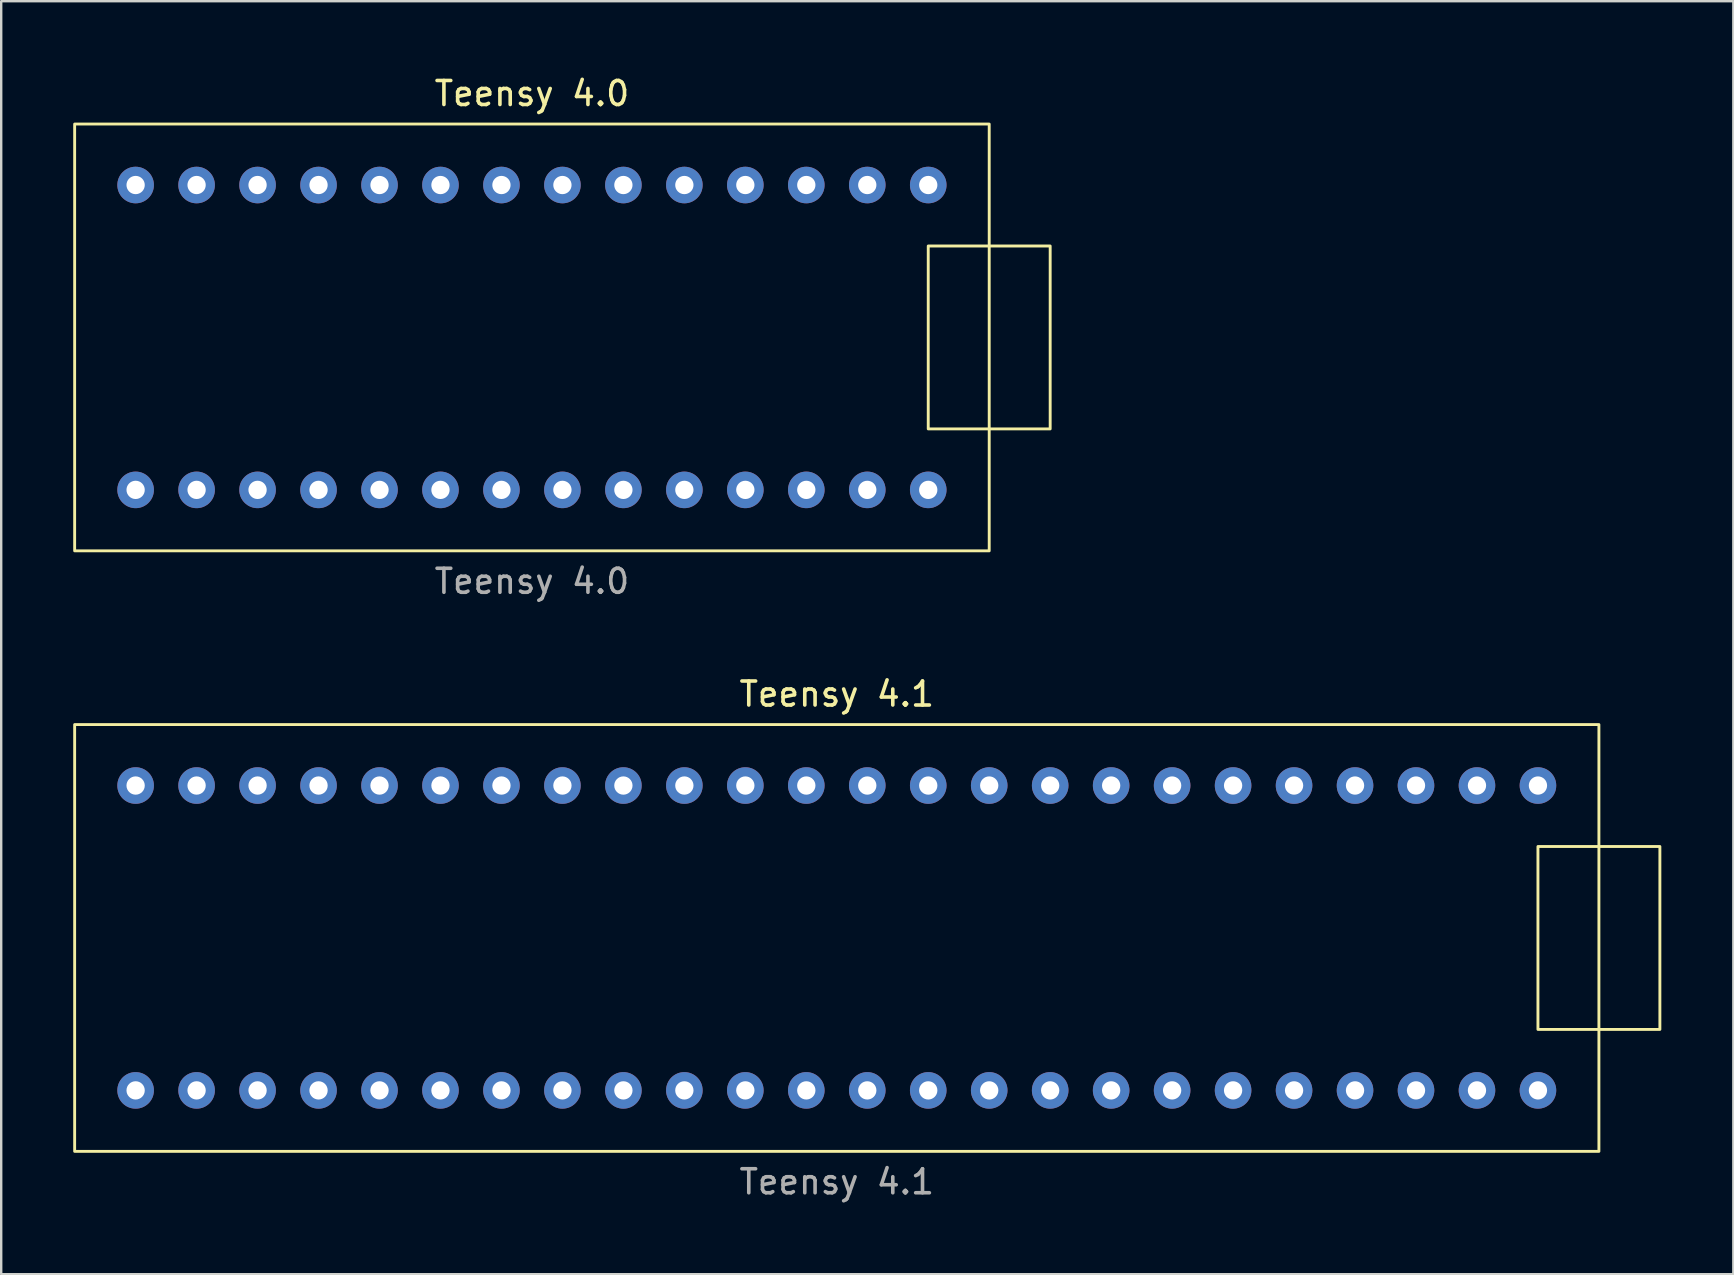
<source format=kicad_pcb>
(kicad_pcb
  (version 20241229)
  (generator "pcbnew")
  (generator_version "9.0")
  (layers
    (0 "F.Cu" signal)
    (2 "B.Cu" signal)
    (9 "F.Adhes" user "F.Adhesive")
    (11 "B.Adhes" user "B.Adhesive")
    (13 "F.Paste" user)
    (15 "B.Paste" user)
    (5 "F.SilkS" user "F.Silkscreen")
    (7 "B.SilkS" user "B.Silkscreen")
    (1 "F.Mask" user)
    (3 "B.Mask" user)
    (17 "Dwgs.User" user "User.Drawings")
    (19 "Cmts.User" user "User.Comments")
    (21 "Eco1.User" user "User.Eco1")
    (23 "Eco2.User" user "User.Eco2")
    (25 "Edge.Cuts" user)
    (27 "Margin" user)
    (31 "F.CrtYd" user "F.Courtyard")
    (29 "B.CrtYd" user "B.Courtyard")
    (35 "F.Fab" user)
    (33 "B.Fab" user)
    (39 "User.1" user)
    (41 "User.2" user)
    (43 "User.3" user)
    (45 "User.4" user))
  (footprint "Teensy 4.0"
    (layer "F.Cu")
    (at 19.11 11.008)
    (property "Reference" "Teensy 4.0" (at 0 -10.16 0) (unlocked yes) (layer "F.SilkS") (effects (font (size 1 1) (thickness 0.15))))
    (attr through_hole)
    (fp_rect (start 16.51 -3.81) (end 21.59 3.81) (stroke (width 0.12) (type solid)) (fill no) (layer "F.SilkS"))
    (fp_rect (start 19.05 -8.89) (end -19.05 8.89) (stroke (width 0.12) (type solid)) (fill no) (layer "F.SilkS"))
    (fp_text user "${REFERENCE}" (at 0 10.16 0) (unlocked yes) (layer "F.Fab") (effects (font (size 1 1) (thickness 0.15))))
    (pad "0" thru_hole circle (at 13.97 -6.35) (size 1.524 1.524) (drill 0.762) (layers "*.Cu" "*.Mask"))
    (pad "1" thru_hole circle (at 11.43 -6.35) (size 1.524 1.524) (drill 0.762) (layers "*.Cu" "*.Mask"))
    (pad "2" thru_hole circle (at 8.89 -6.35) (size 1.524 1.524) (drill 0.762) (layers "*.Cu" "*.Mask"))
    (pad "3" thru_hole circle (at 6.35 -6.35) (size 1.524 1.524) (drill 0.762) (layers "*.Cu" "*.Mask"))
    (pad "3.3V" thru_hole circle (at 11.43 6.35) (size 1.524 1.524) (drill 0.762) (layers "*.Cu" "*.Mask"))
    (pad "4" thru_hole circle (at 3.81 -6.35) (size 1.524 1.524) (drill 0.762) (layers "*.Cu" "*.Mask"))
    (pad "5" thru_hole circle (at 1.27 -6.35) (size 1.524 1.524) (drill 0.762) (layers "*.Cu" "*.Mask"))
    (pad "6" thru_hole circle (at -1.27 -6.35) (size 1.524 1.524) (drill 0.762) (layers "*.Cu" "*.Mask"))
    (pad "7" thru_hole circle (at -3.81 -6.35) (size 1.524 1.524) (drill 0.762) (layers "*.Cu" "*.Mask"))
    (pad "8" thru_hole circle (at -6.35 -6.35) (size 1.524 1.524) (drill 0.762) (layers "*.Cu" "*.Mask"))
    (pad "9" thru_hole circle (at -8.89 -6.35) (size 1.524 1.524) (drill 0.762) (layers "*.Cu" "*.Mask"))
    (pad "10" thru_hole circle (at -11.43 -6.35) (size 1.524 1.524) (drill 0.762) (layers "*.Cu" "*.Mask"))
    (pad "11" thru_hole circle (at -13.97 -6.35) (size 1.524 1.524) (drill 0.762) (layers "*.Cu" "*.Mask"))
    (pad "12" thru_hole circle (at -16.51 -6.35) (size 1.524 1.524) (drill 0.762) (layers "*.Cu" "*.Mask"))
    (pad "13" thru_hole circle (at -16.51 6.35) (size 1.524 1.524) (drill 0.762) (layers "*.Cu" "*.Mask"))
    (pad "14" thru_hole circle (at -13.97 6.35) (size 1.524 1.524) (drill 0.762) (layers "*.Cu" "*.Mask"))
    (pad "15" thru_hole circle (at -11.43 6.35) (size 1.524 1.524) (drill 0.762) (layers "*.Cu" "*.Mask"))
    (pad "16" thru_hole circle (at -8.89 6.35) (size 1.524 1.524) (drill 0.762) (layers "*.Cu" "*.Mask"))
    (pad "17" thru_hole circle (at -6.35 6.35) (size 1.524 1.524) (drill 0.762) (layers "*.Cu" "*.Mask"))
    (pad "18" thru_hole circle (at -3.81 6.35) (size 1.524 1.524) (drill 0.762) (layers "*.Cu" "*.Mask"))
    (pad "19" thru_hole circle (at -1.27 6.35) (size 1.524 1.524) (drill 0.762) (layers "*.Cu" "*.Mask"))
    (pad "20" thru_hole circle (at 1.27 6.35) (size 1.524 1.524) (drill 0.762) (layers "*.Cu" "*.Mask"))
    (pad "21" thru_hole circle (at 3.81 6.35) (size 1.524 1.524) (drill 0.762) (layers "*.Cu" "*.Mask"))
    (pad "22" thru_hole circle (at 6.35 6.35) (size 1.524 1.524) (drill 0.762) (layers "*.Cu" "*.Mask"))
    (pad "23" thru_hole circle (at 8.89 6.35) (size 1.524 1.524) (drill 0.762) (layers "*.Cu" "*.Mask"))
    (pad "GND" thru_hole circle (at 13.97 6.35) (size 1.524 1.524) (drill 0.762) (layers "*.Cu" "*.Mask"))
    (pad "GND" thru_hole circle (at 16.51 -6.35) (size 1.524 1.524) (drill 0.762) (layers "*.Cu" "*.Mask"))
    (pad "Vin" thru_hole circle (at 16.51 6.35) (size 1.524 1.524) (drill 0.762) (layers "*.Cu" "*.Mask")))
  (footprint "Teensy 4.1"
    (layer "F.Cu")
    (at 31.81 36.025)
    (property "Reference" "Teensy 4.1" (at 0 -10.16 0) (unlocked yes) (layer "F.SilkS") (effects (font (size 1 1) (thickness 0.15))))
    (attr through_hole)
    (fp_rect (start 29.21 -3.81) (end 34.29 3.81) (stroke (width 0.12) (type solid)) (fill no) (layer "F.SilkS"))
    (fp_rect (start 31.75 -8.89) (end -31.75 8.89) (stroke (width 0.12) (type solid)) (fill no) (layer "F.SilkS"))
    (fp_text user "${REFERENCE}" (at 0 10.16 0) (unlocked yes) (layer "F.Fab") (effects (font (size 1 1) (thickness 0.15))))
    (pad "0" thru_hole circle (at 26.67 -6.35) (size 1.524 1.524) (drill 0.762) (layers "*.Cu" "*.Mask"))
    (pad "1" thru_hole circle (at 24.13 -6.35) (size 1.524 1.524) (drill 0.762) (layers "*.Cu" "*.Mask"))
    (pad "2" thru_hole circle (at 21.59 -6.35) (size 1.524 1.524) (drill 0.762) (layers "*.Cu" "*.Mask"))
    (pad "3" thru_hole circle (at 19.05 -6.35) (size 1.524 1.524) (drill 0.762) (layers "*.Cu" "*.Mask"))
    (pad "3.3V" thru_hole circle (at -6.35 -6.35) (size 1.524 1.524) (drill 0.762) (layers "*.Cu" "*.Mask"))
    (pad "3.3V" thru_hole circle (at 24.13 6.35) (size 1.524 1.524) (drill 0.762) (layers "*.Cu" "*.Mask"))
    (pad "4" thru_hole circle (at 16.51 -6.35) (size 1.524 1.524) (drill 0.762) (layers "*.Cu" "*.Mask"))
    (pad "5" thru_hole circle (at 13.97 -6.35) (size 1.524 1.524) (drill 0.762) (layers "*.Cu" "*.Mask"))
    (pad "6" thru_hole circle (at 11.43 -6.35) (size 1.524 1.524) (drill 0.762) (layers "*.Cu" "*.Mask"))
    (pad "7" thru_hole circle (at 8.89 -6.35) (size 1.524 1.524) (drill 0.762) (layers "*.Cu" "*.Mask"))
    (pad "8" thru_hole circle (at 6.35 -6.35) (size 1.524 1.524) (drill 0.762) (layers "*.Cu" "*.Mask"))
    (pad "9" thru_hole circle (at 3.81 -6.35) (size 1.524 1.524) (drill 0.762) (layers "*.Cu" "*.Mask"))
    (pad "10" thru_hole circle (at 1.27 -6.35) (size 1.524 1.524) (drill 0.762) (layers "*.Cu" "*.Mask"))
    (pad "11" thru_hole circle (at -1.27 -6.35) (size 1.524 1.524) (drill 0.762) (layers "*.Cu" "*.Mask"))
    (pad "12" thru_hole circle (at -3.81 -6.35) (size 1.524 1.524) (drill 0.762) (layers "*.Cu" "*.Mask"))
    (pad "13" thru_hole circle (at -3.81 6.35) (size 1.524 1.524) (drill 0.762) (layers "*.Cu" "*.Mask"))
    (pad "14" thru_hole circle (at -1.27 6.35) (size 1.524 1.524) (drill 0.762) (layers "*.Cu" "*.Mask"))
    (pad "15" thru_hole circle (at 1.27 6.35) (size 1.524 1.524) (drill 0.762) (layers "*.Cu" "*.Mask"))
    (pad "16" thru_hole circle (at 3.81 6.35) (size 1.524 1.524) (drill 0.762) (layers "*.Cu" "*.Mask"))
    (pad "17" thru_hole circle (at 6.35 6.35) (size 1.524 1.524) (drill 0.762) (layers "*.Cu" "*.Mask"))
    (pad "18" thru_hole circle (at 8.89 6.35) (size 1.524 1.524) (drill 0.762) (layers "*.Cu" "*.Mask"))
    (pad "19" thru_hole circle (at 11.43 6.35) (size 1.524 1.524) (drill 0.762) (layers "*.Cu" "*.Mask"))
    (pad "20" thru_hole circle (at 13.97 6.35) (size 1.524 1.524) (drill 0.762) (layers "*.Cu" "*.Mask"))
    (pad "21" thru_hole circle (at 16.51 6.35) (size 1.524 1.524) (drill 0.762) (layers "*.Cu" "*.Mask"))
    (pad "22" thru_hole circle (at 19.05 6.35) (size 1.524 1.524) (drill 0.762) (layers "*.Cu" "*.Mask"))
    (pad "23" thru_hole circle (at 21.59 6.35) (size 1.524 1.524) (drill 0.762) (layers "*.Cu" "*.Mask"))
    (pad "24" thru_hole circle (at -8.89 -6.35) (size 1.524 1.524) (drill 0.762) (layers "*.Cu" "*.Mask"))
    (pad "25" thru_hole circle (at -11.43 -6.35) (size 1.524 1.524) (drill 0.762) (layers "*.Cu" "*.Mask"))
    (pad "26" thru_hole circle (at -13.97 -6.35) (size 1.524 1.524) (drill 0.762) (layers "*.Cu" "*.Mask"))
    (pad "27" thru_hole circle (at -16.51 -6.35) (size 1.524 1.524) (drill 0.762) (layers "*.Cu" "*.Mask"))
    (pad "28" thru_hole circle (at -19.05 -6.35) (size 1.524 1.524) (drill 0.762) (layers "*.Cu" "*.Mask"))
    (pad "29" thru_hole circle (at -21.59 -6.35) (size 1.524 1.524) (drill 0.762) (layers "*.Cu" "*.Mask"))
    (pad "30" thru_hole circle (at -24.13 -6.35) (size 1.524 1.524) (drill 0.762) (layers "*.Cu" "*.Mask"))
    (pad "31" thru_hole circle (at -26.67 -6.35) (size 1.524 1.524) (drill 0.762) (layers "*.Cu" "*.Mask"))
    (pad "32" thru_hole circle (at -29.21 -6.35) (size 1.524 1.524) (drill 0.762) (layers "*.Cu" "*.Mask"))
    (pad "33" thru_hole circle (at -29.21 6.35) (size 1.524 1.524) (drill 0.762) (layers "*.Cu" "*.Mask"))
    (pad "34" thru_hole circle (at -26.67 6.35) (size 1.524 1.524) (drill 0.762) (layers "*.Cu" "*.Mask"))
    (pad "35" thru_hole circle (at -24.13 6.35) (size 1.524 1.524) (drill 0.762) (layers "*.Cu" "*.Mask"))
    (pad "36" thru_hole circle (at -21.59 6.35) (size 1.524 1.524) (drill 0.762) (layers "*.Cu" "*.Mask"))
    (pad "37" thru_hole circle (at -19.05 6.35) (size 1.524 1.524) (drill 0.762) (layers "*.Cu" "*.Mask"))
    (pad "38" thru_hole circle (at -16.51 6.35) (size 1.524 1.524) (drill 0.762) (layers "*.Cu" "*.Mask"))
    (pad "39" thru_hole circle (at -13.97 6.35) (size 1.524 1.524) (drill 0.762) (layers "*.Cu" "*.Mask"))
    (pad "A21" thru_hole circle (at -11.43 6.35) (size 1.524 1.524) (drill 0.762) (layers "*.Cu" "*.Mask"))
    (pad "A22" thru_hole circle (at -8.89 6.35) (size 1.524 1.524) (drill 0.762) (layers "*.Cu" "*.Mask"))
    (pad "GND" thru_hole circle (at -6.35 6.35) (size 1.524 1.524) (drill 0.762) (layers "*.Cu" "*.Mask"))
    (pad "GND" thru_hole circle (at 26.67 6.35) (size 1.524 1.524) (drill 0.762) (layers "*.Cu" "*.Mask"))
    (pad "GND" thru_hole circle (at 29.21 -6.35) (size 1.524 1.524) (drill 0.762) (layers "*.Cu" "*.Mask"))
    (pad "Vin" thru_hole circle (at 29.21 6.35) (size 1.524 1.524) (drill 0.762) (layers "*.Cu" "*.Mask")))
  (gr_rect
    (start -3 -3)
    (end 69.16 50.033)
    (stroke (width 0.1) (type default))
    (fill no)
    (layer "Edge.Cuts")))
</source>
